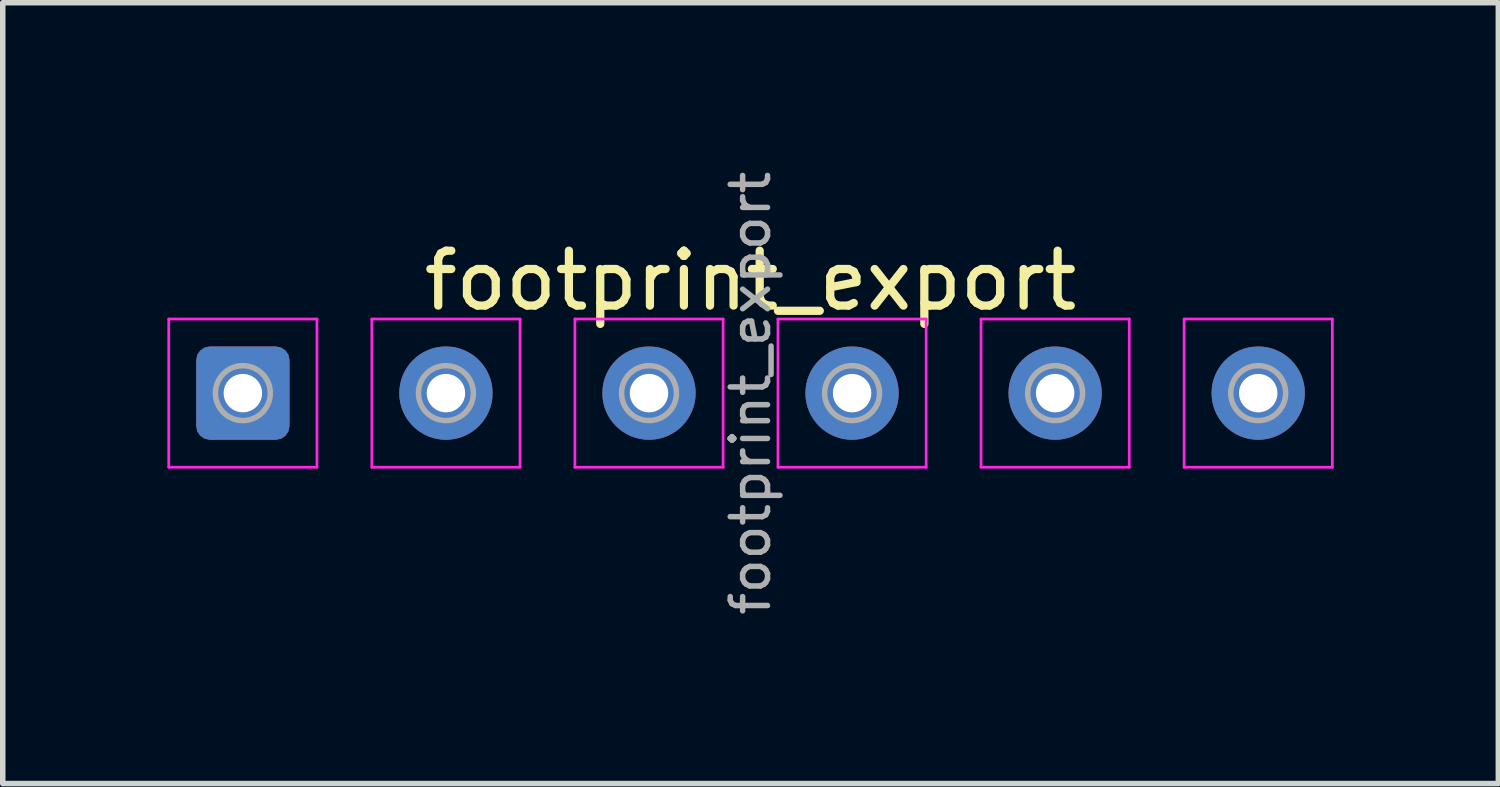
<source format=kicad_pcb>
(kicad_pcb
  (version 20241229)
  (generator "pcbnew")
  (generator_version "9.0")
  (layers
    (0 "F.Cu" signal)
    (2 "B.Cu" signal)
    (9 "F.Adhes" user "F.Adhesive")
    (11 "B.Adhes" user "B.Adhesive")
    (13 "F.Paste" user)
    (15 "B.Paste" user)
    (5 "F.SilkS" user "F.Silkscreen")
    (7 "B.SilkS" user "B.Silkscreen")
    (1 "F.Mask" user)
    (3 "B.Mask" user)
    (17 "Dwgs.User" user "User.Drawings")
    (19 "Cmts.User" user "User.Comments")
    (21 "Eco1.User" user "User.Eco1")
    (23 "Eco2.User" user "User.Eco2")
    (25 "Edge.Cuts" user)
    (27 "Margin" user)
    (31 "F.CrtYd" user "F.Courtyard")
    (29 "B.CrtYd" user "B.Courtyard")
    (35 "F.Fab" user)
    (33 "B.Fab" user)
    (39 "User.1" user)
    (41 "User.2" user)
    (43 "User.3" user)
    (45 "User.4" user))
  (footprint "footprint_export"
    (layer "F.Cu")
    (at 1.375 4.113)
    (property "Reference" "footprint_export" (at 9.25 -2.05 0) (layer "F.SilkS") (effects (font (size 1 1) (thickness 0.15))))
    (attr exclude_from_pos_files exclude_from_bom)
    (fp_line (start -1.35 -1.35) (end -1.35 1.35) (stroke (width 0.05) (type solid)) (layer "F.CrtYd"))
    (fp_line (start -1.35 1.35) (end 1.35 1.35) (stroke (width 0.05) (type solid)) (layer "F.CrtYd"))
    (fp_line (start 1.35 -1.35) (end -1.35 -1.35) (stroke (width 0.05) (type solid)) (layer "F.CrtYd"))
    (fp_line (start 1.35 1.35) (end 1.35 -1.35) (stroke (width 0.05) (type solid)) (layer "F.CrtYd"))
    (fp_line (start 2.35 -1.35) (end 2.35 1.35) (stroke (width 0.05) (type solid)) (layer "F.CrtYd"))
    (fp_line (start 2.35 1.35) (end 5.05 1.35) (stroke (width 0.05) (type solid)) (layer "F.CrtYd"))
    (fp_line (start 5.05 -1.35) (end 2.35 -1.35) (stroke (width 0.05) (type solid)) (layer "F.CrtYd"))
    (fp_line (start 5.05 1.35) (end 5.05 -1.35) (stroke (width 0.05) (type solid)) (layer "F.CrtYd"))
    (fp_line (start 6.05 -1.35) (end 6.05 1.35) (stroke (width 0.05) (type solid)) (layer "F.CrtYd"))
    (fp_line (start 6.05 1.35) (end 8.75 1.35) (stroke (width 0.05) (type solid)) (layer "F.CrtYd"))
    (fp_line (start 8.75 -1.35) (end 6.05 -1.35) (stroke (width 0.05) (type solid)) (layer "F.CrtYd"))
    (fp_line (start 8.75 1.35) (end 8.75 -1.35) (stroke (width 0.05) (type solid)) (layer "F.CrtYd"))
    (fp_line (start 9.75 -1.35) (end 9.75 1.35) (stroke (width 0.05) (type solid)) (layer "F.CrtYd"))
    (fp_line (start 9.75 1.35) (end 12.45 1.35) (stroke (width 0.05) (type solid)) (layer "F.CrtYd"))
    (fp_line (start 12.45 -1.35) (end 9.75 -1.35) (stroke (width 0.05) (type solid)) (layer "F.CrtYd"))
    (fp_line (start 12.45 1.35) (end 12.45 -1.35) (stroke (width 0.05) (type solid)) (layer "F.CrtYd"))
    (fp_line (start 13.45 -1.35) (end 13.45 1.35) (stroke (width 0.05) (type solid)) (layer "F.CrtYd"))
    (fp_line (start 13.45 1.35) (end 16.15 1.35) (stroke (width 0.05) (type solid)) (layer "F.CrtYd"))
    (fp_line (start 16.15 -1.35) (end 13.45 -1.35) (stroke (width 0.05) (type solid)) (layer "F.CrtYd"))
    (fp_line (start 16.15 1.35) (end 16.15 -1.35) (stroke (width 0.05) (type solid)) (layer "F.CrtYd"))
    (fp_line (start 17.15 -1.35) (end 17.15 1.35) (stroke (width 0.05) (type solid)) (layer "F.CrtYd"))
    (fp_line (start 17.15 1.35) (end 19.85 1.35) (stroke (width 0.05) (type solid)) (layer "F.CrtYd"))
    (fp_line (start 19.85 -1.35) (end 17.15 -1.35) (stroke (width 0.05) (type solid)) (layer "F.CrtYd"))
    (fp_line (start 19.85 1.35) (end 19.85 -1.35) (stroke (width 0.05) (type solid)) (layer "F.CrtYd"))
    (fp_circle (center 0 0) (end 0.5 0) (stroke (width 0.1) (type solid)) (fill no) (layer "F.Fab"))
    (fp_circle (center 3.7 0) (end 4.2 0) (stroke (width 0.1) (type solid)) (fill no) (layer "F.Fab"))
    (fp_circle (center 7.4 0) (end 7.9 0) (stroke (width 0.1) (type solid)) (fill no) (layer "F.Fab"))
    (fp_circle (center 11.1 0) (end 11.6 0) (stroke (width 0.1) (type solid)) (fill no) (layer "F.Fab"))
    (fp_circle (center 14.8 0) (end 15.3 0) (stroke (width 0.1) (type solid)) (fill no) (layer "F.Fab"))
    (fp_circle (center 18.5 0) (end 19 0) (stroke (width 0.1) (type solid)) (fill no) (layer "F.Fab"))
    (fp_text user "${REFERENCE}" (at 9.25 0 90) (layer "F.Fab") (effects (font (size 0.68 0.68) (thickness 0.1))))
    (pad "1" thru_hole roundrect (at 0 0) (size 1.7 1.7) (drill 0.7) (layers "*.Cu" "*.Mask") (roundrect_rratio 0.147))
    (pad "2" thru_hole circle (at 3.7 0) (size 1.7 1.7) (drill 0.7) (layers "*.Cu" "*.Mask"))
    (pad "3" thru_hole circle (at 7.4 0) (size 1.7 1.7) (drill 0.7) (layers "*.Cu" "*.Mask"))
    (pad "4" thru_hole circle (at 11.1 0) (size 1.7 1.7) (drill 0.7) (layers "*.Cu" "*.Mask"))
    (pad "5" thru_hole circle (at 14.8 0) (size 1.7 1.7) (drill 0.7) (layers "*.Cu" "*.Mask"))
    (pad "6" thru_hole circle (at 18.5 0) (size 1.7 1.7) (drill 0.7) (layers "*.Cu" "*.Mask")))
  (gr_rect
    (start -3 -3)
    (end 24.25 11.227)
    (stroke (width 0.1) (type default))
    (fill no)
    (layer "Edge.Cuts")))
</source>
